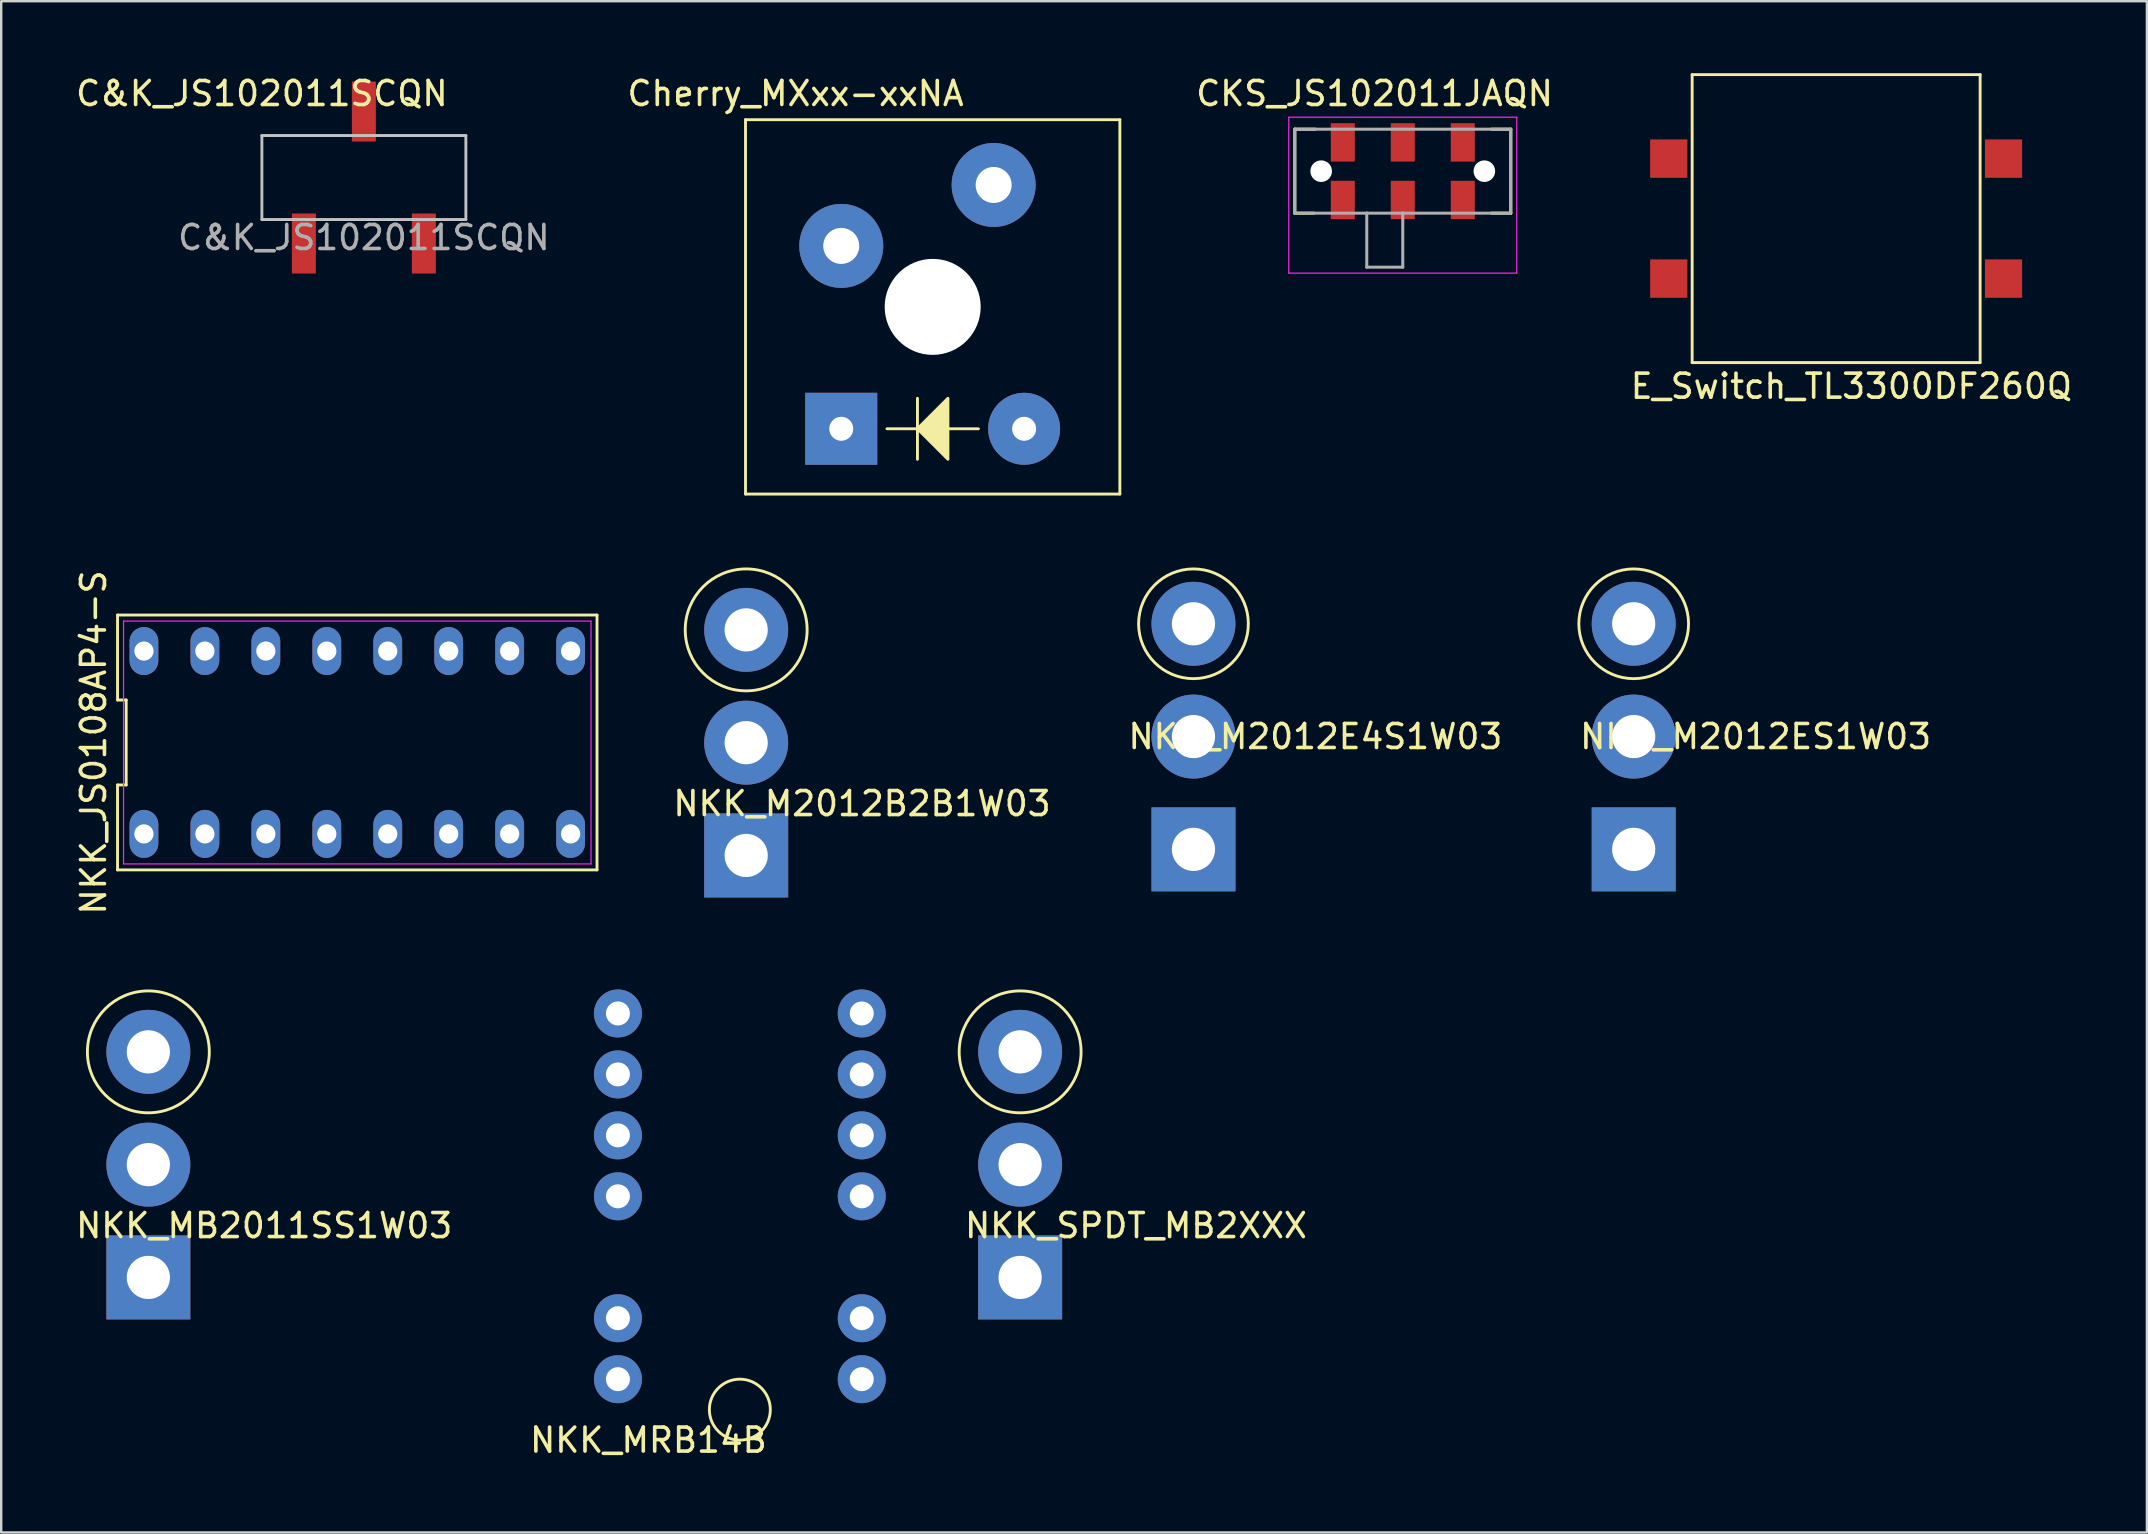
<source format=kicad_pcb>
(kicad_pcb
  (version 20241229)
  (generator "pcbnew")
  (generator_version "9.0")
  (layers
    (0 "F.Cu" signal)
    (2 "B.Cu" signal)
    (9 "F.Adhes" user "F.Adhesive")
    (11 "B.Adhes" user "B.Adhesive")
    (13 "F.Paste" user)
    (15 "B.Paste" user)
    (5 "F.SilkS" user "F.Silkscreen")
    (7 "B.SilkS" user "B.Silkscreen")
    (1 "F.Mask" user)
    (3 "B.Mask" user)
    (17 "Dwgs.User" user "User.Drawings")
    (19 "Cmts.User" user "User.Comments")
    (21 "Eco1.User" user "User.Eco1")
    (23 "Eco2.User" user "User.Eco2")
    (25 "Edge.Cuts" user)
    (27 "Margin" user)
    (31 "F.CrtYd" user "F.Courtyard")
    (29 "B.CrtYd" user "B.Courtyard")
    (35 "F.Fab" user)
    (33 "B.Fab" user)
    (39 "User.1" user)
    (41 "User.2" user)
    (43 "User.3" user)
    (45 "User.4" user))
  (footprint "NKK_M2012E4S1W03"
    (layer "F.Cu")
    (at 46.683 27.644)
    (property "Reference" "NKK_M2012E4S1W03" (at 5.08 0 0) (layer "F.SilkS") (effects (font (size 1 1) (thickness 0.15))))
    (attr through_hole)
    (fp_circle (center 0 -4.7) (end 2.286 -4.7) (stroke (width 0.12) (type solid)) (fill no) (layer "F.SilkS"))
    (pad "1" thru_hole rect (at 0 4.7) (size 3.5 3.5) (drill 1.8) (layers "*.Cu" "*.Mask"))
    (pad "2" thru_hole circle (at 0 0) (size 3.5 3.5) (drill 1.8) (layers "*.Cu" "*.Mask"))
    (pad "3" thru_hole circle (at 0 -4.7) (size 3.5 3.5) (drill 1.8) (layers "*.Cu" "*.Mask")))
  (footprint "NKK_MRB14B"
    (layer "F.Cu")
    (at 27.78 46.802)
    (property "Reference" "NKK_MRB14B" (at -3.81 10.16 0) (layer "F.SilkS") (effects (font (size 1 1) (thickness 0.15))))
    (attr through_hole)
    (fp_circle (center 0 8.89) (end 1.27 8.89) (stroke (width 0.12) (type solid)) (fill no) (layer "F.SilkS"))
    (pad "" thru_hole circle (at -5.08 -7.62) (size 2 2) (drill 1) (layers "*.Cu" "*.Mask"))
    (pad "" thru_hole circle (at -5.08 -5.08) (size 2 2) (drill 1) (layers "*.Cu" "*.Mask"))
    (pad "" thru_hole circle (at -5.08 -2.54) (size 2 2) (drill 1) (layers "*.Cu" "*.Mask"))
    (pad "" thru_hole circle (at -5.08 0) (size 2 2) (drill 1) (layers "*.Cu" "*.Mask"))
    (pad "" thru_hole circle (at -5.08 5.08) (size 2 2) (drill 1) (layers "*.Cu" "*.Mask"))
    (pad "" thru_hole circle (at -5.08 7.62) (size 2 2) (drill 1) (layers "*.Cu" "*.Mask"))
    (pad "" thru_hole circle (at 5.08 -7.62) (size 2 2) (drill 1) (layers "*.Cu" "*.Mask"))
    (pad "" thru_hole circle (at 5.08 7.62) (size 2 2) (drill 1) (layers "*.Cu" "*.Mask"))
    (pad "1" thru_hole circle (at 5.08 -5.08) (size 2 2) (drill 1) (layers "*.Cu" "*.Mask"))
    (pad "2" thru_hole circle (at 5.08 -2.54) (size 2 2) (drill 1) (layers "*.Cu" "*.Mask"))
    (pad "3" thru_hole circle (at 5.08 5.08) (size 2 2) (drill 1) (layers "*.Cu" "*.Mask"))
    (pad "4" thru_hole circle (at 5.08 0) (size 2 2) (drill 1) (layers "*.Cu" "*.Mask")))
  (footprint "CKS_JS102011JAQN"
    (layer "F.Cu")
    (at 55.405 4.083)
    (property "Reference" "CKS_JS102011JAQN" (at -1.175 -3.235 0) (layer "F.SilkS") (effects (font (size 1 1) (thickness 0.15))))
    (attr through_hole)
    (fp_line (start -4.5 -1.75) (end -4.5 1.75) (stroke (width 0.127) (type solid)) (layer "F.SilkS"))
    (fp_line (start -4.5 1.75) (end -3.7 1.75) (stroke (width 0.127) (type solid)) (layer "F.SilkS"))
    (fp_line (start -3.65 -1.75) (end -4.5 -1.75) (stroke (width 0.127) (type solid)) (layer "F.SilkS"))
    (fp_line (start 3.7 -1.75) (end 4.5 -1.75) (stroke (width 0.127) (type solid)) (layer "F.SilkS"))
    (fp_line (start 4.5 -1.75) (end 4.5 1.75) (stroke (width 0.127) (type solid)) (layer "F.SilkS"))
    (fp_line (start 4.5 1.75) (end 3.7 1.75) (stroke (width 0.127) (type solid)) (layer "F.SilkS"))
    (fp_line (start -4.75 -2.25) (end 4.75 -2.25) (stroke (width 0.05) (type solid)) (layer "F.CrtYd"))
    (fp_line (start -4.75 4.25) (end -4.75 -2.25) (stroke (width 0.05) (type solid)) (layer "F.CrtYd"))
    (fp_line (start 4.75 -2.25) (end 4.75 4.25) (stroke (width 0.05) (type solid)) (layer "F.CrtYd"))
    (fp_line (start 4.75 4.25) (end -4.75 4.25) (stroke (width 0.05) (type solid)) (layer "F.CrtYd"))
    (fp_line (start -4.5 -1.75) (end 4.5 -1.75) (stroke (width 0.127) (type solid)) (layer "F.Fab"))
    (fp_line (start -4.5 1.75) (end -4.5 -1.75) (stroke (width 0.127) (type solid)) (layer "F.Fab"))
    (fp_line (start -1.5 1.75) (end -4.5 1.75) (stroke (width 0.127) (type solid)) (layer "F.Fab"))
    (fp_line (start -1.5 1.75) (end -1.5 4) (stroke (width 0.127) (type solid)) (layer "F.Fab"))
    (fp_line (start -1.5 4) (end 0 4) (stroke (width 0.127) (type solid)) (layer "F.Fab"))
    (fp_line (start 0 1.75) (end -1.5 1.75) (stroke (width 0.127) (type solid)) (layer "F.Fab"))
    (fp_line (start 0 4) (end 0 1.75) (stroke (width 0.127) (type solid)) (layer "F.Fab"))
    (fp_line (start 4.5 -1.75) (end 4.5 1.75) (stroke (width 0.127) (type solid)) (layer "F.Fab"))
    (fp_line (start 4.5 1.75) (end 0 1.75) (stroke (width 0.127) (type solid)) (layer "F.Fab"))
    (pad "" np_thru_hole circle (at -3.4 0) (size 0.9 0.9) (drill 0.9) (layers "*.Cu" "*.Mask"))
    (pad "" np_thru_hole circle (at 3.4 0) (size 0.9 0.9) (drill 0.9) (layers "*.Cu" "*.Mask"))
    (pad "1" smd rect (at -2.5 -1.2) (size 1 1.6) (layers "F.Cu" "F.Mask" "F.Paste"))
    (pad "1" smd rect (at -2.5 1.2) (size 1 1.6) (layers "F.Cu" "F.Mask" "F.Paste"))
    (pad "2" smd rect (at 0 -1.2) (size 1 1.6) (layers "F.Cu" "F.Mask" "F.Paste"))
    (pad "2" smd rect (at 0 1.2) (size 1 1.6) (layers "F.Cu" "F.Mask" "F.Paste"))
    (pad "3" smd rect (at 2.5 -1.2) (size 1 1.6) (layers "F.Cu" "F.Mask" "F.Paste"))
    (pad "3" smd rect (at 2.5 1.2) (size 1 1.6) (layers "F.Cu" "F.Mask" "F.Paste")))
  (footprint "NKK_MB2011SS1W03"
    (layer "F.Cu")
    (at 3.132 45.482)
    (property "Reference" "NKK_MB2011SS1W03" (at 4.826 2.54 0) (layer "F.SilkS") (effects (font (size 1 1) (thickness 0.15))))
    (attr through_hole)
    (fp_circle (center 0 -4.7) (end 2.54 -4.7) (stroke (width 0.12) (type solid)) (fill no) (layer "F.SilkS"))
    (pad "1" thru_hole rect (at 0 4.7) (size 3.5 3.5) (drill 1.8) (layers "*.Cu" "*.Mask"))
    (pad "2" thru_hole circle (at 0 0) (size 3.5 3.5) (drill 1.8) (layers "*.Cu" "*.Mask"))
    (pad "3" thru_hole circle (at 0 -4.7) (size 3.5 3.5) (drill 1.8) (layers "*.Cu" "*.Mask")))
  (footprint "C&K_JS102011SCQN"
    (layer "F.Cu")
    (at 12.113 4.348)
    (property "Reference" "C&K_JS102011SCQN" (at -4.25 -3.5 0) (unlocked yes) (layer "F.SilkS") (effects (font (size 1 1) (thickness 0.15))))
    (attr smd)
    (fp_line (start -4.25 -1.75) (end 4.25 -1.75) (stroke (width 0.12) (type solid)) (layer "Dwgs.User"))
    (fp_line (start -4.25 1.75) (end -4.25 -1.75) (stroke (width 0.12) (type solid)) (layer "Dwgs.User"))
    (fp_line (start 4.25 -1.75) (end 4.25 1.75) (stroke (width 0.12) (type solid)) (layer "Dwgs.User"))
    (fp_line (start 4.25 1.75) (end -4.25 1.75) (stroke (width 0.12) (type solid)) (layer "Dwgs.User"))
    (fp_text user "${REFERENCE}" (at 0 2.5 0) (unlocked yes) (layer "F.Fab") (effects (font (size 1 1) (thickness 0.15))))
    (pad "1" smd rect (at -2.5 2.75) (size 1 2.5) (layers "F.Cu" "F.Mask" "F.Paste"))
    (pad "2" smd rect (at 0 -2.75) (size 1 2.5) (layers "F.Cu" "F.Mask" "F.Paste"))
    (pad "3" smd rect (at 2.5 2.75) (size 1 2.5) (layers "F.Cu" "F.Mask" "F.Paste")))
  (footprint "NKK_M2012ES1W03"
    (layer "F.Cu")
    (at 65.028 27.644)
    (property "Reference" "NKK_M2012ES1W03" (at 5.08 0 0) (layer "F.SilkS") (effects (font (size 1 1) (thickness 0.15))))
    (attr through_hole)
    (fp_circle (center 0 -4.7) (end 2.286 -4.7) (stroke (width 0.12) (type solid)) (fill no) (layer "F.SilkS"))
    (pad "1" thru_hole rect (at 0 4.7) (size 3.5 3.5) (drill 1.8) (layers "*.Cu" "*.Mask"))
    (pad "2" thru_hole circle (at 0 0) (size 3.5 3.5) (drill 1.8) (layers "*.Cu" "*.Mask"))
    (pad "3" thru_hole circle (at 0 -4.7) (size 3.5 3.5) (drill 1.8) (layers "*.Cu" "*.Mask")))
  (footprint "NKK_SPDT_MB2XXX"
    (layer "F.Cu")
    (at 39.46 45.482)
    (property "Reference" "NKK_SPDT_MB2XXX" (at 4.826 2.54 0) (layer "F.SilkS") (effects (font (size 1 1) (thickness 0.15))))
    (attr through_hole)
    (fp_circle (center 0 -4.7) (end 2.54 -4.7) (stroke (width 0.12) (type solid)) (fill no) (layer "F.SilkS"))
    (pad "1" thru_hole rect (at 0 4.7) (size 3.5 3.5) (drill 1.8) (layers "*.Cu" "*.Mask"))
    (pad "2" thru_hole circle (at 0 0) (size 3.5 3.5) (drill 1.8) (layers "*.Cu" "*.Mask"))
    (pad "3" thru_hole circle (at 0 -4.7) (size 3.5 3.5) (drill 1.8) (layers "*.Cu" "*.Mask")))
  (footprint "Cherry_MXxx-xxNA"
    (layer "F.Cu")
    (at 35.816 9.738)
    (property "Reference" "Cherry_MXxx-xxNA" (at -5.715 -8.89 0) (unlocked yes) (layer "F.SilkS") (effects (font (size 1 1) (thickness 0.15))))
    (attr smd)
    (fp_line (start -0.635 3.81) (end -0.635 6.35) (stroke (width 0.12) (type solid)) (layer "F.SilkS"))
    (fp_line (start -0.635 5.08) (end -1.905 5.08) (stroke (width 0.12) (type solid)) (layer "F.SilkS"))
    (fp_line (start 0.635 5.08) (end 1.905 5.08) (stroke (width 0.12) (type solid)) (layer "F.SilkS"))
    (fp_rect (start -7.8 -7.8) (end -7.8 7.8) (stroke (width 0.12) (type solid)) (fill no) (layer "F.SilkS"))
    (fp_rect (start -7.8 7.8) (end 7.8 7.8) (stroke (width 0.12) (type solid)) (fill no) (layer "F.SilkS"))
    (fp_rect (start 7.8 -7.8) (end -7.8 -7.8) (stroke (width 0.12) (type solid)) (fill no) (layer "F.SilkS"))
    (fp_rect (start 7.8 -7.8) (end 7.8 7.8) (stroke (width 0.12) (type solid)) (fill no) (layer "F.SilkS"))
    (fp_poly (pts (xy 0.635 6.35) (xy -0.635 5.08) (xy 0.635 3.81)) (stroke (width 0.12) (type solid)) (fill yes) (layer "F.SilkS"))
    (pad "" np_thru_hole circle (at 0 0) (size 4 4) (drill 4) (layers "*.Cu" "*.Mask"))
    (pad "1" thru_hole circle (at -3.81 -2.54) (size 3.5 3.5) (drill 1.5) (layers "*.Cu" "*.Mask"))
    (pad "2" thru_hole circle (at 2.54 -5.08) (size 3.5 3.5) (drill 1.5) (layers "*.Cu" "*.Mask"))
    (pad "3" thru_hole rect (at -3.81 5.08) (size 3 3) (drill 1) (layers "*.Cu" "*.Mask"))
    (pad "4" thru_hole circle (at 3.81 5.08) (size 3 3) (drill 1) (layers "*.Cu" "*.Mask")))
  (footprint "E_Switch_TL3300DF260Q"
    (layer "F.Cu")
    (at 73.464 6.06)
    (property "Reference" "E_Switch_TL3300DF260Q" (at 0.635 6.985 0) (layer "F.SilkS") (effects (font (size 1 1) (thickness 0.15))))
    (attr through_hole)
    (fp_line (start -6 -6) (end -6 6) (stroke (width 0.12) (type solid)) (layer "F.SilkS"))
    (fp_line (start -6 6) (end 6 6) (stroke (width 0.12) (type solid)) (layer "F.SilkS"))
    (fp_line (start 6 -6) (end -6 -6) (stroke (width 0.12) (type solid)) (layer "F.SilkS"))
    (fp_line (start 6 6) (end 6 -6) (stroke (width 0.12) (type solid)) (layer "F.SilkS"))
    (pad "1" smd rect (at -6.975 -2.5) (size 1.55 1.6) (layers "F.Cu" "F.Mask" "F.Paste"))
    (pad "1" smd rect (at 6.975 -2.5) (size 1.55 1.6) (layers "F.Cu" "F.Mask" "F.Paste"))
    (pad "2" smd rect (at -6.975 2.5) (size 1.55 1.6) (layers "F.Cu" "F.Mask" "F.Paste"))
    (pad "2" smd rect (at 6.975 2.5) (size 1.55 1.6) (layers "F.Cu" "F.Mask" "F.Paste")))
  (footprint "NKK_JS0108AP4-S"
    (layer "F.Cu")
    (at 11.838 27.89)
    (property "Reference" "NKK_JS0108AP4-S" (at -10.99 0 90) (layer "F.SilkS") (effects (font (size 1 1) (thickness 0.15))))
    (attr through_hole)
    (fp_line (start -9.99 -5.31) (end -9.99 -1.77) (stroke (width 0.12) (type solid)) (layer "F.SilkS"))
    (fp_line (start -9.99 -1.77) (end -9.63 -1.77) (stroke (width 0.12) (type solid)) (layer "F.SilkS"))
    (fp_line (start -9.99 1.77) (end -9.99 5.31) (stroke (width 0.12) (type solid)) (layer "F.SilkS"))
    (fp_line (start -9.99 5.31) (end 9.99 5.31) (stroke (width 0.12) (type solid)) (layer "F.SilkS"))
    (fp_line (start -9.63 -1.77) (end -9.63 1.77) (stroke (width 0.12) (type solid)) (layer "F.SilkS"))
    (fp_line (start -9.63 1.77) (end -9.99 1.77) (stroke (width 0.12) (type solid)) (layer "F.SilkS"))
    (fp_line (start 9.99 -5.31) (end -9.99 -5.31) (stroke (width 0.12) (type solid)) (layer "F.SilkS"))
    (fp_line (start 9.99 5.31) (end 9.99 -5.31) (stroke (width 0.12) (type solid)) (layer "F.SilkS"))
    (fp_line (start -9.74 -5.06) (end 9.74 -5.06) (stroke (width 0.05) (type solid)) (layer "F.CrtYd"))
    (fp_line (start -9.74 5.06) (end -9.74 -5.06) (stroke (width 0.05) (type solid)) (layer "F.CrtYd"))
    (fp_line (start 9.74 -5.06) (end 9.74 5.06) (stroke (width 0.05) (type solid)) (layer "F.CrtYd"))
    (fp_line (start 9.74 5.06) (end -9.74 5.06) (stroke (width 0.05) (type solid)) (layer "F.CrtYd"))
    (pad "1" thru_hole oval (at -8.89 3.81) (size 1.2 2) (drill 0.8) (layers "*.Cu" "*.Mask"))
    (pad "2" thru_hole oval (at -6.35 3.81) (size 1.2 2) (drill 0.8) (layers "*.Cu" "*.Mask"))
    (pad "3" thru_hole oval (at -3.81 3.81) (size 1.2 2) (drill 0.8) (layers "*.Cu" "*.Mask"))
    (pad "4" thru_hole oval (at -1.27 3.81) (size 1.2 2) (drill 0.8) (layers "*.Cu" "*.Mask"))
    (pad "5" thru_hole oval (at 1.27 3.81) (size 1.2 2) (drill 0.8) (layers "*.Cu" "*.Mask"))
    (pad "6" thru_hole oval (at 3.81 3.81) (size 1.2 2) (drill 0.8) (layers "*.Cu" "*.Mask"))
    (pad "7" thru_hole oval (at 6.35 3.81) (size 1.2 2) (drill 0.8) (layers "*.Cu" "*.Mask"))
    (pad "8" thru_hole oval (at 8.89 3.81) (size 1.2 2) (drill 0.8) (layers "*.Cu" "*.Mask"))
    (pad "9" thru_hole oval (at 8.89 -3.81) (size 1.2 2) (drill 0.8) (layers "*.Cu" "*.Mask"))
    (pad "10" thru_hole oval (at 6.35 -3.81) (size 1.2 2) (drill 0.8) (layers "*.Cu" "*.Mask"))
    (pad "11" thru_hole oval (at 3.81 -3.81) (size 1.2 2) (drill 0.8) (layers "*.Cu" "*.Mask"))
    (pad "12" thru_hole oval (at 1.27 -3.81) (size 1.2 2) (drill 0.8) (layers "*.Cu" "*.Mask"))
    (pad "13" thru_hole oval (at -1.27 -3.81) (size 1.2 2) (drill 0.8) (layers "*.Cu" "*.Mask"))
    (pad "14" thru_hole oval (at -3.81 -3.81) (size 1.2 2) (drill 0.8) (layers "*.Cu" "*.Mask"))
    (pad "15" thru_hole oval (at -6.35 -3.81) (size 1.2 2) (drill 0.8) (layers "*.Cu" "*.Mask"))
    (pad "16" thru_hole oval (at -8.89 -3.81) (size 1.2 2) (drill 0.8) (layers "*.Cu" "*.Mask")))
  (footprint "NKK_M2012B2B1W03"
    (layer "F.Cu")
    (at 28.044 27.898)
    (property "Reference" "NKK_M2012B2B1W03" (at 4.826 2.54 0) (layer "F.SilkS") (effects (font (size 1 1) (thickness 0.15))))
    (attr through_hole)
    (fp_circle (center 0 -4.7) (end 2.54 -4.7) (stroke (width 0.12) (type solid)) (fill no) (layer "F.SilkS"))
    (pad "1" thru_hole rect (at 0 4.7) (size 3.5 3.5) (drill 1.8) (layers "*.Cu" "*.Mask"))
    (pad "2" thru_hole circle (at 0 0) (size 3.5 3.5) (drill 1.8) (layers "*.Cu" "*.Mask"))
    (pad "3" thru_hole circle (at 0 -4.7) (size 3.5 3.5) (drill 1.8) (layers "*.Cu" "*.Mask")))
  (gr_rect
    (start -3 -3)
    (end 86.414 60.81)
    (stroke (width 0.1) (type default))
    (fill no)
    (layer "Edge.Cuts")))
</source>
